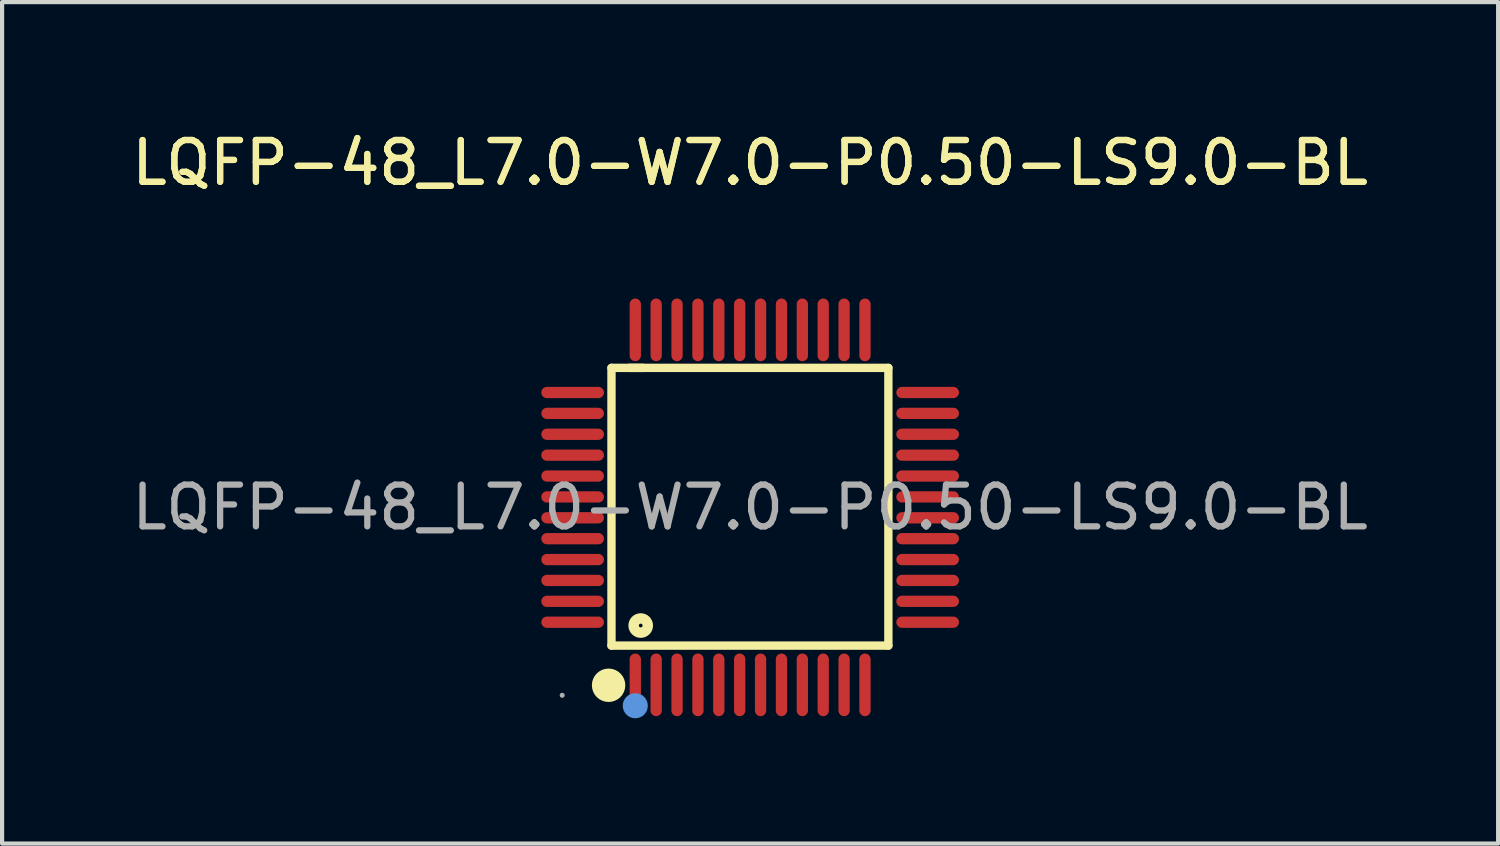
<source format=kicad_pcb>
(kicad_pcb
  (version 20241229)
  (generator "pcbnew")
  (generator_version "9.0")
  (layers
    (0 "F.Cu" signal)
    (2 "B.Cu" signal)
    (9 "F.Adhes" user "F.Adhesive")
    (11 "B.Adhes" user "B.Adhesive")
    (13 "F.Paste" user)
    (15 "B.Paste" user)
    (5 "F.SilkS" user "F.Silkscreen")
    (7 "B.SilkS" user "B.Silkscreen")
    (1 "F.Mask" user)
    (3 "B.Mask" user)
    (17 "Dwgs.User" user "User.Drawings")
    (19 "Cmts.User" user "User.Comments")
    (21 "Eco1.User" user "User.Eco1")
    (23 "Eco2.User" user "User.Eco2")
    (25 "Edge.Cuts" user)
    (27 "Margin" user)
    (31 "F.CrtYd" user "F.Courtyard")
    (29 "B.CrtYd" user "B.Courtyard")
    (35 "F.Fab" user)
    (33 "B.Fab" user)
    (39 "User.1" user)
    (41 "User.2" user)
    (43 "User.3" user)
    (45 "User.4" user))
  (footprint "LQFP-48_L7.0-W7.0-P0.50-LS9.0-BL"
    (layer "F.Cu")
    (at 14.911 9.098)
    (property "Reference" "LQFP-48_L7.0-W7.0-P0.50-LS9.0-BL" (at 0 -8.25 0) (layer "F.SilkS") (effects (font (size 1 1) (thickness 0.15))))
    (attr smd)
    (fp_line (start -3.32 -3.34) (end -2.56 -3.34) (stroke (width 0.2) (type solid)) (layer "F.SilkS"))
    (fp_line (start -3.32 3.31) (end -3.32 -3.34) (stroke (width 0.2) (type solid)) (layer "F.SilkS"))
    (fp_line (start -2.89 -3.34) (end 3.31 -3.34) (stroke (width 0.2) (type solid)) (layer "F.SilkS"))
    (fp_line (start 3.31 -3.34) (end 3.31 3.31) (stroke (width 0.2) (type solid)) (layer "F.SilkS"))
    (fp_line (start 3.31 3.31) (end -3.32 3.31) (stroke (width 0.2) (type solid)) (layer "F.SilkS"))
    (fp_arc (start -3.38 4.06) (mid -3.394988 4.460188) (end -3.390027 4.05975) (stroke (width 0.4) (type solid)) (layer "F.SilkS"))
    (fp_circle (center -2.62 2.83) (end -2.45 2.83) (stroke (width 0.25) (type solid)) (fill no) (layer "F.SilkS"))
    (fp_circle (center -2.75 4.75) (end -2.6 4.75) (stroke (width 0.3) (type solid)) (fill no) (layer "Cmts.User"))
    (fp_circle (center -4.5 4.5) (end -4.47 4.5) (stroke (width 0.06) (type solid)) (fill no) (layer "F.Fab"))
    (fp_text user "${REFERENCE}" (at 0 -8.25 0) (layer "F.SilkS") (effects (font (size 1 1) (thickness 0.15))))
    (fp_text user "${REFERENCE}" (at 0 0 0) (layer "F.Fab") (effects (font (size 1 1) (thickness 0.15))))
    (pad "1" smd oval (at -2.75 4.25) (size 0.27 1.5) (layers "F.Cu" "F.Mask" "F.Paste"))
    (pad "2" smd oval (at -2.25 4.25) (size 0.27 1.5) (layers "F.Cu" "F.Mask" "F.Paste"))
    (pad "3" smd oval (at -1.75 4.25) (size 0.27 1.5) (layers "F.Cu" "F.Mask" "F.Paste"))
    (pad "4" smd oval (at -1.25 4.25) (size 0.27 1.5) (layers "F.Cu" "F.Mask" "F.Paste"))
    (pad "5" smd oval (at -0.75 4.25) (size 0.27 1.5) (layers "F.Cu" "F.Mask" "F.Paste"))
    (pad "6" smd oval (at -0.25 4.25) (size 0.27 1.5) (layers "F.Cu" "F.Mask" "F.Paste"))
    (pad "7" smd oval (at 0.25 4.25) (size 0.27 1.5) (layers "F.Cu" "F.Mask" "F.Paste"))
    (pad "8" smd oval (at 0.75 4.25) (size 0.27 1.5) (layers "F.Cu" "F.Mask" "F.Paste"))
    (pad "9" smd oval (at 1.25 4.25) (size 0.27 1.5) (layers "F.Cu" "F.Mask" "F.Paste"))
    (pad "10" smd oval (at 1.75 4.25) (size 0.27 1.5) (layers "F.Cu" "F.Mask" "F.Paste"))
    (pad "11" smd oval (at 2.25 4.25) (size 0.27 1.5) (layers "F.Cu" "F.Mask" "F.Paste"))
    (pad "12" smd oval (at 2.75 4.25) (size 0.27 1.5) (layers "F.Cu" "F.Mask" "F.Paste"))
    (pad "13" smd oval (at 4.25 2.75) (size 1.5 0.27) (layers "F.Cu" "F.Mask" "F.Paste"))
    (pad "14" smd oval (at 4.25 2.25) (size 1.5 0.27) (layers "F.Cu" "F.Mask" "F.Paste"))
    (pad "15" smd oval (at 4.25 1.75) (size 1.5 0.27) (layers "F.Cu" "F.Mask" "F.Paste"))
    (pad "16" smd oval (at 4.25 1.25) (size 1.5 0.27) (layers "F.Cu" "F.Mask" "F.Paste"))
    (pad "17" smd oval (at 4.25 0.75) (size 1.5 0.27) (layers "F.Cu" "F.Mask" "F.Paste"))
    (pad "18" smd oval (at 4.25 0.25) (size 1.5 0.27) (layers "F.Cu" "F.Mask" "F.Paste"))
    (pad "19" smd oval (at 4.25 -0.25) (size 1.5 0.27) (layers "F.Cu" "F.Mask" "F.Paste"))
    (pad "20" smd oval (at 4.25 -0.75) (size 1.5 0.27) (layers "F.Cu" "F.Mask" "F.Paste"))
    (pad "21" smd oval (at 4.25 -1.25) (size 1.5 0.27) (layers "F.Cu" "F.Mask" "F.Paste"))
    (pad "22" smd oval (at 4.25 -1.75) (size 1.5 0.27) (layers "F.Cu" "F.Mask" "F.Paste"))
    (pad "23" smd oval (at 4.25 -2.25) (size 1.5 0.27) (layers "F.Cu" "F.Mask" "F.Paste"))
    (pad "24" smd oval (at 4.25 -2.75) (size 1.5 0.27) (layers "F.Cu" "F.Mask" "F.Paste"))
    (pad "25" smd oval (at 2.75 -4.25) (size 0.27 1.5) (layers "F.Cu" "F.Mask" "F.Paste"))
    (pad "26" smd oval (at 2.25 -4.25) (size 0.27 1.5) (layers "F.Cu" "F.Mask" "F.Paste"))
    (pad "27" smd oval (at 1.75 -4.25) (size 0.27 1.5) (layers "F.Cu" "F.Mask" "F.Paste"))
    (pad "28" smd oval (at 1.25 -4.25) (size 0.27 1.5) (layers "F.Cu" "F.Mask" "F.Paste"))
    (pad "29" smd oval (at 0.75 -4.25) (size 0.27 1.5) (layers "F.Cu" "F.Mask" "F.Paste"))
    (pad "30" smd oval (at 0.25 -4.25) (size 0.27 1.5) (layers "F.Cu" "F.Mask" "F.Paste"))
    (pad "31" smd oval (at -0.25 -4.25) (size 0.27 1.5) (layers "F.Cu" "F.Mask" "F.Paste"))
    (pad "32" smd oval (at -0.75 -4.25) (size 0.27 1.5) (layers "F.Cu" "F.Mask" "F.Paste"))
    (pad "33" smd oval (at -1.25 -4.25) (size 0.27 1.5) (layers "F.Cu" "F.Mask" "F.Paste"))
    (pad "34" smd oval (at -1.75 -4.25) (size 0.27 1.5) (layers "F.Cu" "F.Mask" "F.Paste"))
    (pad "35" smd oval (at -2.25 -4.25) (size 0.27 1.5) (layers "F.Cu" "F.Mask" "F.Paste"))
    (pad "36" smd oval (at -2.75 -4.25) (size 0.27 1.5) (layers "F.Cu" "F.Mask" "F.Paste"))
    (pad "37" smd oval (at -4.25 -2.75) (size 1.5 0.27) (layers "F.Cu" "F.Mask" "F.Paste"))
    (pad "38" smd oval (at -4.25 -2.25) (size 1.5 0.27) (layers "F.Cu" "F.Mask" "F.Paste"))
    (pad "39" smd oval (at -4.25 -1.75) (size 1.5 0.27) (layers "F.Cu" "F.Mask" "F.Paste"))
    (pad "40" smd oval (at -4.25 -1.25) (size 1.5 0.27) (layers "F.Cu" "F.Mask" "F.Paste"))
    (pad "41" smd oval (at -4.25 -0.75) (size 1.5 0.27) (layers "F.Cu" "F.Mask" "F.Paste"))
    (pad "42" smd oval (at -4.25 -0.25) (size 1.5 0.27) (layers "F.Cu" "F.Mask" "F.Paste"))
    (pad "43" smd oval (at -4.25 0.25) (size 1.5 0.27) (layers "F.Cu" "F.Mask" "F.Paste"))
    (pad "44" smd oval (at -4.25 0.75) (size 1.5 0.27) (layers "F.Cu" "F.Mask" "F.Paste"))
    (pad "45" smd oval (at -4.25 1.25) (size 1.5 0.27) (layers "F.Cu" "F.Mask" "F.Paste"))
    (pad "46" smd oval (at -4.25 1.75) (size 1.5 0.27) (layers "F.Cu" "F.Mask" "F.Paste"))
    (pad "47" smd oval (at -4.25 2.25) (size 1.5 0.27) (layers "F.Cu" "F.Mask" "F.Paste"))
    (pad "48" smd oval (at -4.25 2.75) (size 1.5 0.27) (layers "F.Cu" "F.Mask" "F.Paste")))
  (gr_rect
    (start -3 -3)
    (end 32.821 17.148)
    (stroke (width 0.1) (type default))
    (fill no)
    (layer "Edge.Cuts")))
</source>
